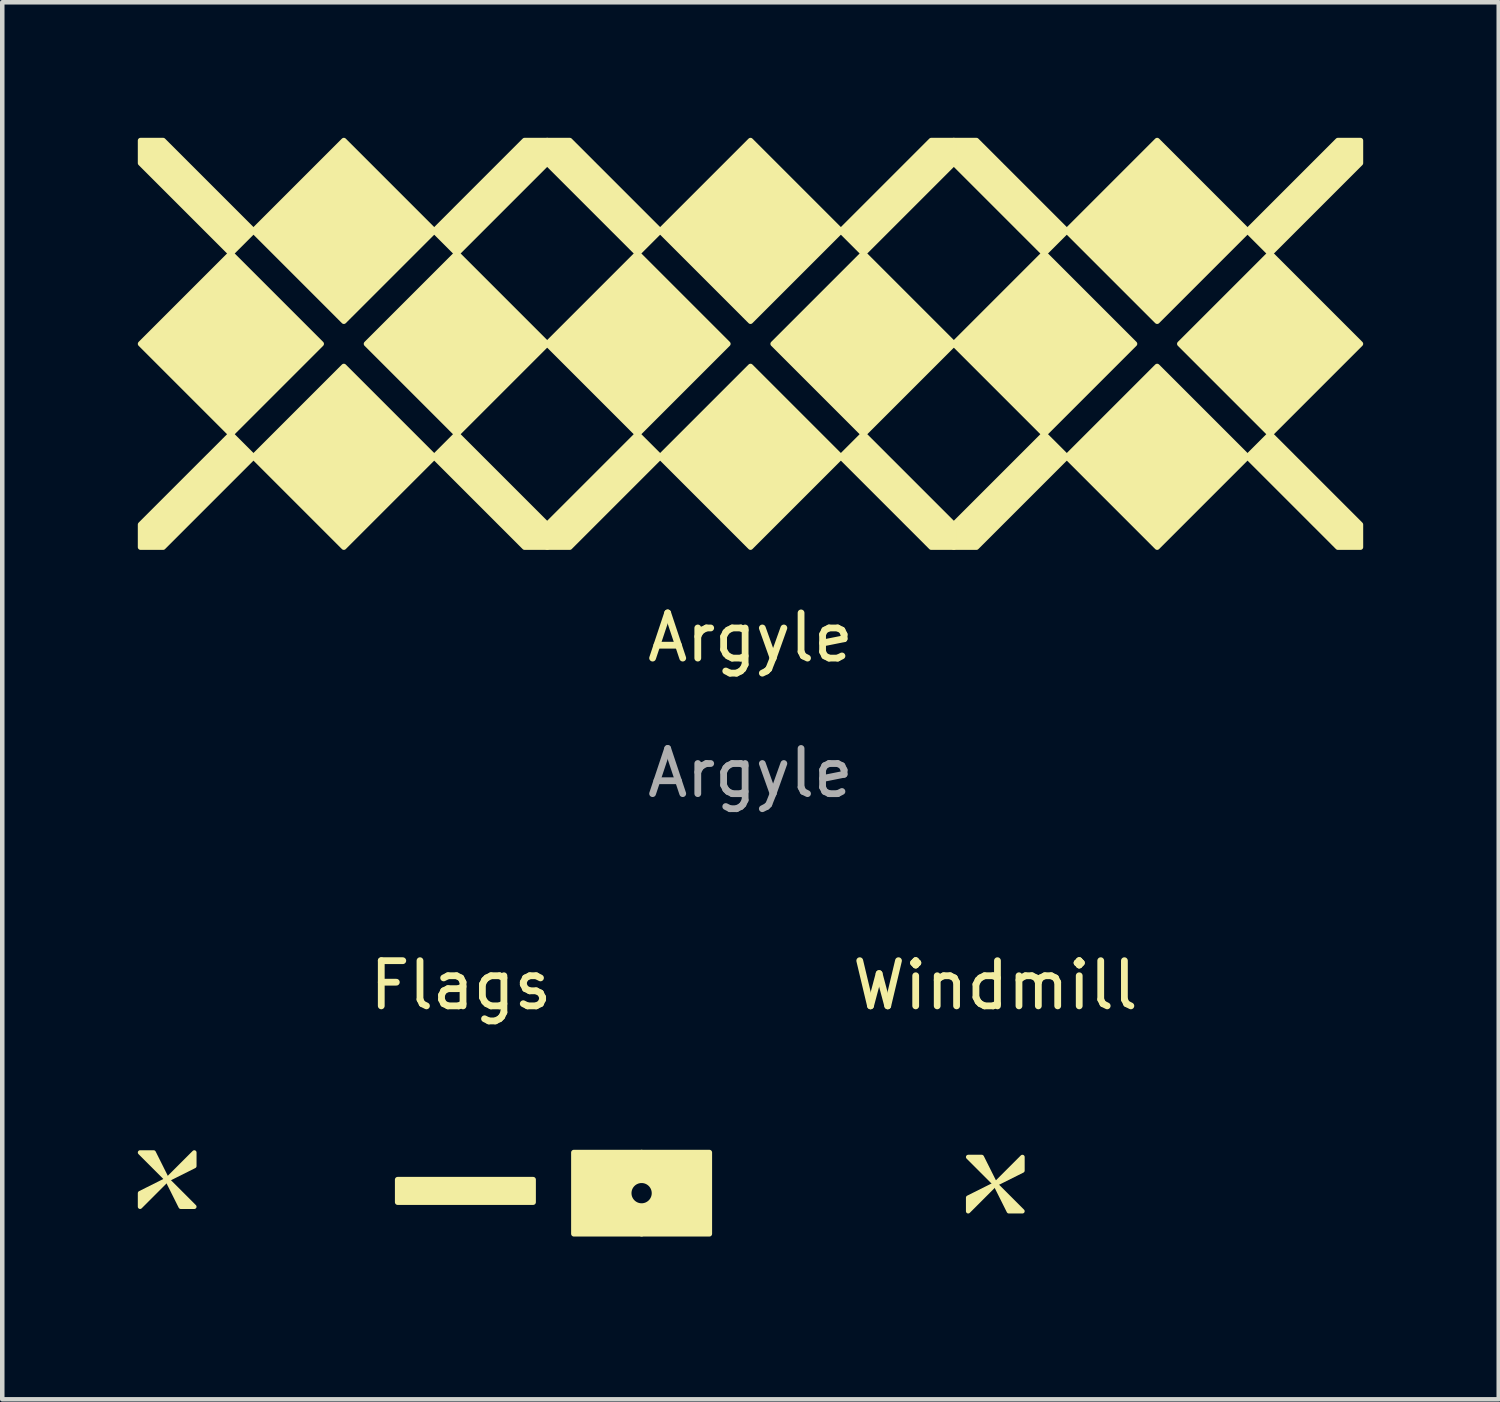
<source format=kicad_pcb>
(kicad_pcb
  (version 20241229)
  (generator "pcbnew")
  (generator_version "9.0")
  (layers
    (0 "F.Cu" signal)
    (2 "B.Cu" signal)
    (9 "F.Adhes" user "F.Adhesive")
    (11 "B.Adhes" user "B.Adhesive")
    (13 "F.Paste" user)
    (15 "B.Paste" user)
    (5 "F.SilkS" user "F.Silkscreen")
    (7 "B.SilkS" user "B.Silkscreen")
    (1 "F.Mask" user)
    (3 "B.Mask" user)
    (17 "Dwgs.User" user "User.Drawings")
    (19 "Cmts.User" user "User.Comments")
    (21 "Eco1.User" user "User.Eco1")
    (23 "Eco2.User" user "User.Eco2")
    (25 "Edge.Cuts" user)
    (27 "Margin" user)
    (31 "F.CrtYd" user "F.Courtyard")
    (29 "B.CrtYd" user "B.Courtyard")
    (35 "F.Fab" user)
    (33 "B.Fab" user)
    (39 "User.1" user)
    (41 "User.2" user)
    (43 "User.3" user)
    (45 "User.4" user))
  (footprint "Flags"
    (layer "F.Cu")
    (at 7.15 23.157)
    (property "Reference" "Flags" (at 0 -4.4 0) (layer "F.SilkS") (effects (font (size 1 1) (thickness 0.15))))
    (attr through_hole)
    (fp_line (start -1.4 -0.7) (end 1.6 -0.7) (stroke (width 0.12) (type solid)) (layer "F.Mask"))
    (fp_line (start -1.4 1.1) (end -1.4 -0.7) (stroke (width 0.12) (type solid)) (layer "F.Mask"))
    (fp_line (start 1.6 -0.7) (end 1.6 1.1) (stroke (width 0.12) (type solid)) (layer "F.Mask"))
    (fp_line (start 1.6 1.1) (end -1.4 1.1) (stroke (width 0.12) (type solid)) (layer "F.Mask"))
    (fp_circle (center 3.4 0.2) (end 3.48 0.2) (stroke (width 0) (type solid)) (fill yes) (layer "F.Mask"))
    (fp_circle (center 3.5 -0.1) (end 3.58 -0.1) (stroke (width 0) (type solid)) (fill yes) (layer "F.Mask"))
    (fp_circle (center 3.5 0.5) (end 3.58 0.5) (stroke (width 0) (type solid)) (fill yes) (layer "F.Mask"))
    (fp_circle (center 3.7 -0.3) (end 3.78 -0.3) (stroke (width 0) (type solid)) (fill yes) (layer "F.Mask"))
    (fp_circle (center 3.7 0.7) (end 3.78 0.7) (stroke (width 0) (type solid)) (fill yes) (layer "F.Mask"))
    (fp_circle (center 4 -0.4) (end 4.08 -0.4) (stroke (width 0) (type solid)) (fill yes) (layer "F.Mask"))
    (fp_circle (center 4 0.8) (end 4.08 0.8) (stroke (width 0) (type solid)) (fill yes) (layer "F.Mask"))
    (fp_circle (center 4.3 -0.3) (end 4.38 -0.3) (stroke (width 0) (type solid)) (fill yes) (layer "F.Mask"))
    (fp_circle (center 4.3 0.7) (end 4.38 0.7) (stroke (width 0) (type solid)) (fill yes) (layer "F.Mask"))
    (fp_circle (center 4.5 -0.1) (end 4.58 -0.1) (stroke (width 0) (type solid)) (fill yes) (layer "F.Mask"))
    (fp_circle (center 4.5 0.5) (end 4.58 0.5) (stroke (width 0) (type solid)) (fill yes) (layer "F.Mask"))
    (fp_circle (center 4.6 0.2) (end 4.68 0.2) (stroke (width 0) (type solid)) (fill yes) (layer "F.Mask"))
    (fp_poly (pts (xy 1.6 -0.2) (xy -1.4 -0.2) (xy -1.4 -0.7) (xy 1.6 -0.7)) (stroke (width 0.1) (type solid)) (fill yes) (layer "F.Mask"))
    (fp_poly (pts (xy -6.1 0.7) (xy -6.1 1.1) (xy -6.9 1.1) (xy -6.9 0.7) (xy -6.6 -0.2) (xy -6.4 -0.2)) (stroke (width 0.1) (type solid)) (fill yes) (layer "F.Mask"))
    (fp_circle (center 3.4 0.2) (end 3.541 0.2) (stroke (width 0.12) (type solid)) (fill no) (layer "F.SilkS"))
    (fp_circle (center 3.5 -0.1) (end 3.641 -0.1) (stroke (width 0.12) (type solid)) (fill no) (layer "F.SilkS"))
    (fp_circle (center 3.5 0.5) (end 3.641 0.5) (stroke (width 0.12) (type solid)) (fill no) (layer "F.SilkS"))
    (fp_circle (center 3.7 -0.3) (end 3.841 -0.3) (stroke (width 0.12) (type solid)) (fill no) (layer "F.SilkS"))
    (fp_circle (center 3.7 0.7) (end 3.841 0.7) (stroke (width 0.12) (type solid)) (fill no) (layer "F.SilkS"))
    (fp_circle (center 4 -0.4) (end 4.141 -0.4) (stroke (width 0.12) (type solid)) (fill no) (layer "F.SilkS"))
    (fp_circle (center 4 0.2) (end 4.224 0.2) (stroke (width 0.5) (type solid)) (fill no) (layer "F.SilkS"))
    (fp_circle (center 4 0.2) (end 4.762 0.2) (stroke (width 0.16) (type solid)) (fill no) (layer "F.SilkS"))
    (fp_circle (center 4 0.8) (end 4.141 0.8) (stroke (width 0.12) (type solid)) (fill no) (layer "F.SilkS"))
    (fp_circle (center 4.3 -0.3) (end 4.441 -0.3) (stroke (width 0.12) (type solid)) (fill no) (layer "F.SilkS"))
    (fp_circle (center 4.3 0.7) (end 4.441 0.7) (stroke (width 0.12) (type solid)) (fill no) (layer "F.SilkS"))
    (fp_circle (center 4.5 -0.1) (end 4.641 -0.1) (stroke (width 0.12) (type solid)) (fill no) (layer "F.SilkS"))
    (fp_circle (center 4.5 0.5) (end 4.641 0.5) (stroke (width 0.12) (type solid)) (fill no) (layer "F.SilkS"))
    (fp_circle (center 4.6 0.2) (end 4.741 0.2) (stroke (width 0.12) (type solid)) (fill no) (layer "F.SilkS"))
    (fp_poly (pts (xy -6.5 -0.1) (xy -7.1 -0.7) (xy -6.8 -0.7)) (stroke (width 0.1) (type solid)) (fill yes) (layer "F.SilkS"))
    (fp_poly (pts (xy -6.5 -0.1) (xy -7.1 0.5) (xy -7.1 0.2)) (stroke (width 0.1) (type solid)) (fill yes) (layer "F.SilkS"))
    (fp_poly (pts (xy -6.5 -0.1) (xy -5.9 -0.7) (xy -5.9 -0.4)) (stroke (width 0.1) (type solid)) (fill yes) (layer "F.SilkS"))
    (fp_poly (pts (xy -6.5 -0.1) (xy -5.9 0.5) (xy -6.2 0.5)) (stroke (width 0.1) (type solid)) (fill yes) (layer "F.SilkS"))
    (fp_poly (pts (xy 1.6 0.4) (xy -1.4 0.4) (xy -1.4 -0.1) (xy 1.6 -0.1)) (stroke (width 0.12) (type solid)) (fill yes) (layer "F.SilkS"))
    (fp_poly (pts (xy 4 -0.6) (xy 3.8 -0.6) (xy 3.4 -0.4) (xy 3.2 0) (xy 3.2 0.4) (xy 3.4 0.8) (xy 3.7 1) (xy 4 1) (xy 4 1.1) (xy 2.5 1.1) (xy 2.5 -0.7) (xy 4 -0.7)) (stroke (width 0.12) (type solid)) (fill yes) (layer "F.SilkS"))
    (fp_poly (pts (xy 4 1) (xy 4.2 1) (xy 4.6 0.8) (xy 4.8 0.4) (xy 4.8 0) (xy 4.6 -0.4) (xy 4.3 -0.6) (xy 4 -0.6) (xy 4 -0.7) (xy 5.5 -0.7) (xy 5.5 1.1) (xy 4 1.1)) (stroke (width 0.12) (type solid)) (fill yes) (layer "F.SilkS"))
    (fp_text user "NL" (at -3.7 0.3 0) (layer "F.Mask") (effects (font (size 1.6 1.6) (thickness 0.3)))))
  (footprint "Argyle"
    (layer "F.Cu")
    (at 13.56 11.56)
    (property "Reference" "Argyle" (at 0 -0.5 0) (unlocked yes) (layer "F.SilkS") (effects (font (size 1 1) (thickness 0.15))))
    (attr smd)
    (fp_poly (pts (xy -9.5 -7) (xy -11.5 -9) (xy -13.5 -7) (xy -11.5 -5)) (stroke (width 0.12) (type solid)) (fill yes) (layer "F.SilkS"))
    (fp_poly (pts (xy -7 -9.5) (xy -9 -11.5) (xy -11 -9.5) (xy -9 -7.5)) (stroke (width 0.12) (type solid)) (fill yes) (layer "F.SilkS"))
    (fp_poly (pts (xy -7 -4.5) (xy -9 -6.5) (xy -11 -4.5) (xy -9 -2.5)) (stroke (width 0.12) (type solid)) (fill yes) (layer "F.SilkS"))
    (fp_poly (pts (xy -4.5 -7) (xy -6.5 -9) (xy -8.5 -7) (xy -6.5 -5)) (stroke (width 0.12) (type solid)) (fill yes) (layer "F.SilkS"))
    (fp_poly (pts (xy -0.5 -7) (xy -2.5 -9) (xy -4.5 -7) (xy -2.5 -5)) (stroke (width 0.12) (type solid)) (fill yes) (layer "F.SilkS"))
    (fp_poly (pts (xy 2 -9.5) (xy 0 -11.5) (xy -2 -9.5) (xy 0 -7.5)) (stroke (width 0.12) (type solid)) (fill yes) (layer "F.SilkS"))
    (fp_poly (pts (xy 2 -4.5) (xy 0 -6.5) (xy -2 -4.5) (xy 0 -2.5)) (stroke (width 0.12) (type solid)) (fill yes) (layer "F.SilkS"))
    (fp_poly (pts (xy 4.5 -7) (xy 2.5 -9) (xy 0.5 -7) (xy 2.5 -5)) (stroke (width 0.12) (type solid)) (fill yes) (layer "F.SilkS"))
    (fp_poly (pts (xy 8.5 -7) (xy 6.5 -9) (xy 4.5 -7) (xy 6.5 -5)) (stroke (width 0.12) (type solid)) (fill yes) (layer "F.SilkS"))
    (fp_poly (pts (xy 11 -9.5) (xy 9 -11.5) (xy 7 -9.5) (xy 9 -7.5)) (stroke (width 0.12) (type solid)) (fill yes) (layer "F.SilkS"))
    (fp_poly (pts (xy 11 -4.5) (xy 9 -6.5) (xy 7 -4.5) (xy 9 -2.5)) (stroke (width 0.12) (type solid)) (fill yes) (layer "F.SilkS"))
    (fp_poly (pts (xy 13.5 -7) (xy 11.5 -9) (xy 9.5 -7) (xy 11.5 -5)) (stroke (width 0.12) (type solid)) (fill yes) (layer "F.SilkS"))
    (fp_poly (pts (xy -11.5 -5) (xy -11 -4.5) (xy -13 -2.5) (xy -13.5 -2.5) (xy -13.5 -3)) (stroke (width 0.12) (type solid)) (fill yes) (layer "F.SilkS"))
    (fp_poly (pts (xy -11 -9.5) (xy -11.5 -9) (xy -13.5 -11) (xy -13.5 -11.5) (xy -13 -11.5)) (stroke (width 0.12) (type solid)) (fill yes) (layer "F.SilkS"))
    (fp_poly (pts (xy -7 -4.5) (xy -6.5 -5) (xy -4.5 -3) (xy -4.5 -2.5) (xy -5 -2.5)) (stroke (width 0.12) (type solid)) (fill yes) (layer "F.SilkS"))
    (fp_poly (pts (xy -6.5 -9) (xy -7 -9.5) (xy -5 -11.5) (xy -4.5 -11.5) (xy -4.5 -11)) (stroke (width 0.12) (type solid)) (fill yes) (layer "F.SilkS"))
    (fp_poly (pts (xy -2.5 -5) (xy -2 -4.5) (xy -4 -2.5) (xy -4.5 -2.5) (xy -4.5 -3)) (stroke (width 0.12) (type solid)) (fill yes) (layer "F.SilkS"))
    (fp_poly (pts (xy -2 -9.5) (xy -2.5 -9) (xy -4.5 -11) (xy -4.5 -11.5) (xy -4 -11.5)) (stroke (width 0.12) (type solid)) (fill yes) (layer "F.SilkS"))
    (fp_poly (pts (xy 2 -4.5) (xy 2.5 -5) (xy 4.5 -3) (xy 4.5 -2.5) (xy 4 -2.5)) (stroke (width 0.12) (type solid)) (fill yes) (layer "F.SilkS"))
    (fp_poly (pts (xy 2.5 -9) (xy 2 -9.5) (xy 4 -11.5) (xy 4.5 -11.5) (xy 4.5 -11)) (stroke (width 0.12) (type solid)) (fill yes) (layer "F.SilkS"))
    (fp_poly (pts (xy 6.5 -5) (xy 7 -4.5) (xy 5 -2.5) (xy 4.5 -2.5) (xy 4.5 -3)) (stroke (width 0.12) (type solid)) (fill yes) (layer "F.SilkS"))
    (fp_poly (pts (xy 7 -9.5) (xy 6.5 -9) (xy 4.5 -11) (xy 4.5 -11.5) (xy 5 -11.5)) (stroke (width 0.12) (type solid)) (fill yes) (layer "F.SilkS"))
    (fp_poly (pts (xy 11 -4.5) (xy 11.5 -5) (xy 13.5 -3) (xy 13.5 -2.5) (xy 13 -2.5)) (stroke (width 0.12) (type solid)) (fill yes) (layer "F.SilkS"))
    (fp_poly (pts (xy 11.5 -9) (xy 11 -9.5) (xy 13 -11.5) (xy 13.5 -11.5) (xy 13.5 -11)) (stroke (width 0.12) (type solid)) (fill yes) (layer "F.SilkS"))
    (fp_text user "${REFERENCE}" (at 0 2.5 0) (unlocked yes) (layer "F.Fab") (effects (font (size 1 1) (thickness 0.15)))))
  (footprint "Windmill"
    (layer "F.Cu")
    (at 18.978 23.157)
    (property "Reference" "Windmill" (at 0 -4.4 0) (layer "F.SilkS") (effects (font (size 1 1) (thickness 0.15))))
    (attr through_hole)
    (fp_poly (pts (xy 0.4 0.8) (xy 0.4 1.2) (xy -0.4 1.2) (xy -0.4 0.8) (xy -0.1 -0.1) (xy 0.1 -0.1)) (stroke (width 0.1) (type solid)) (fill yes) (layer "F.Mask"))
    (fp_poly (pts (xy 0 0) (xy -0.6 -0.6) (xy -0.3 -0.6)) (stroke (width 0.1) (type solid)) (fill yes) (layer "F.SilkS"))
    (fp_poly (pts (xy 0 0) (xy -0.6 0.6) (xy -0.6 0.3)) (stroke (width 0.1) (type solid)) (fill yes) (layer "F.SilkS"))
    (fp_poly (pts (xy 0 0) (xy 0.6 -0.6) (xy 0.6 -0.3)) (stroke (width 0.1) (type solid)) (fill yes) (layer "F.SilkS"))
    (fp_poly (pts (xy 0 0) (xy 0.6 0.6) (xy 0.3 0.6)) (stroke (width 0.1) (type solid)) (fill yes) (layer "F.SilkS")))
  (gr_rect
    (start -3 -3)
    (end 30.12 27.919)
    (stroke (width 0.1) (type default))
    (fill no)
    (layer "Edge.Cuts")))
</source>
